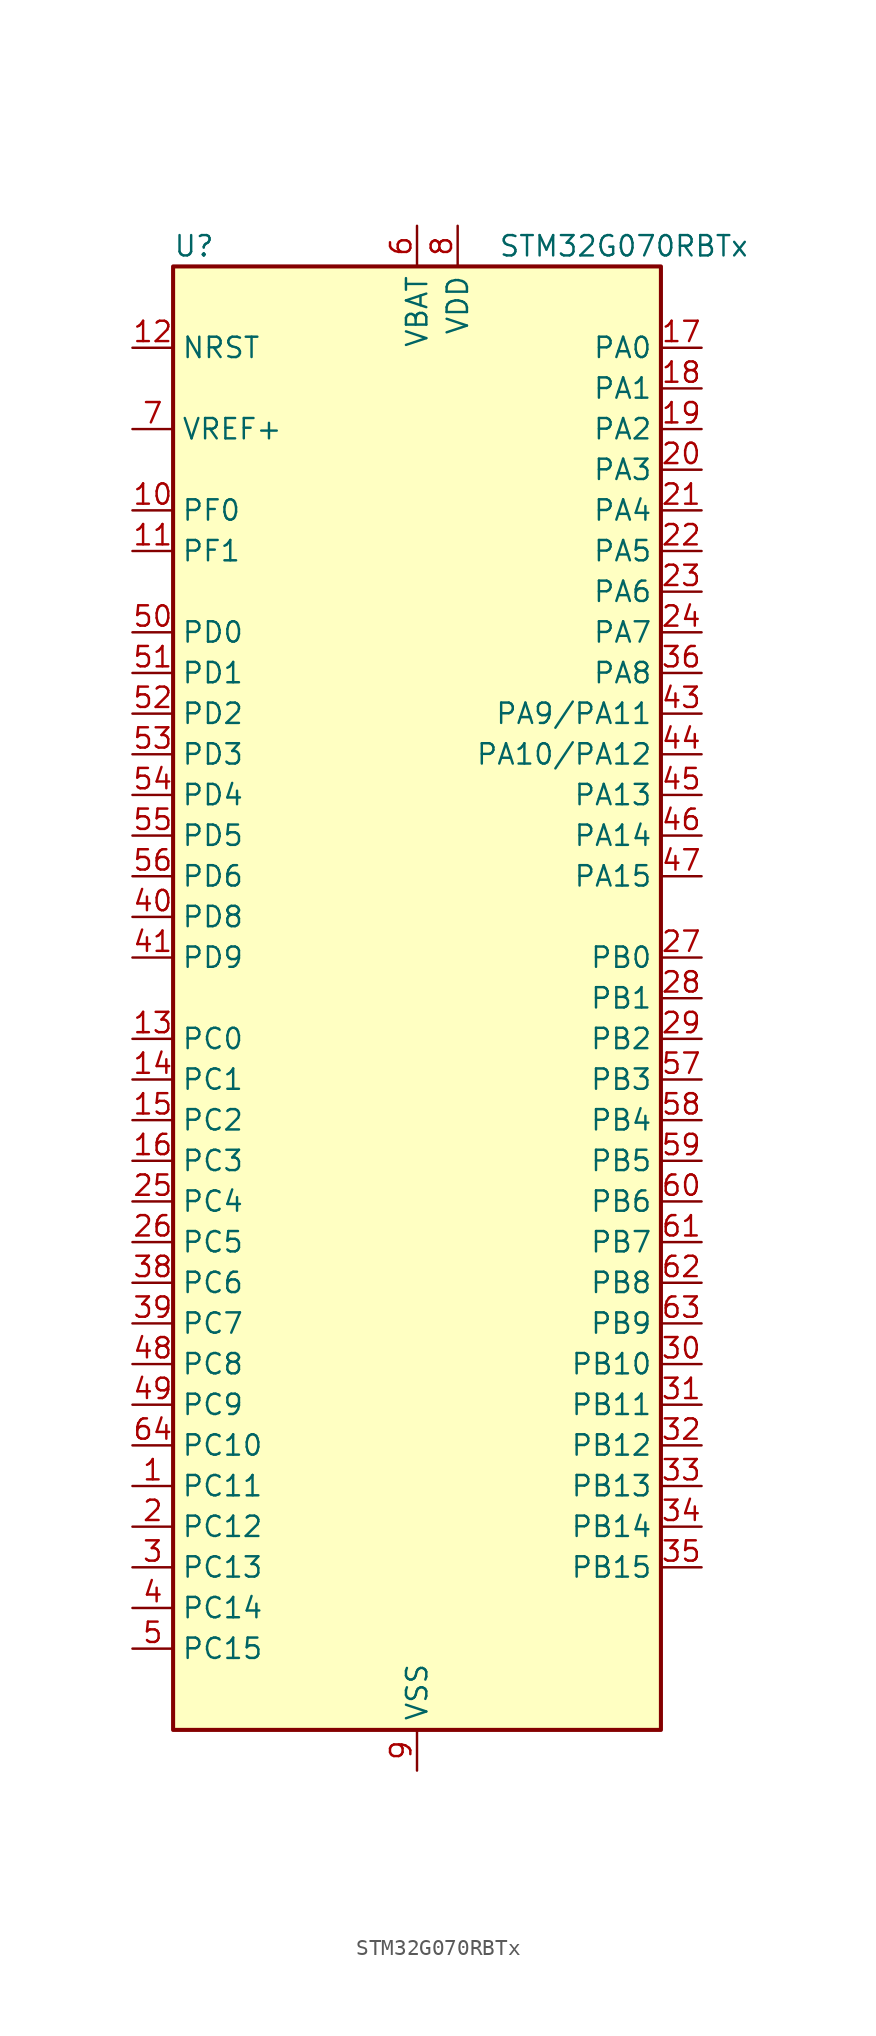
<source format=kicad_sym>
(kicad_symbol_lib
  (version 20231120)
  (generator "kicad-library-utils")
  (generator_version "8.0")
  (symbol "STM32G070RBTx"
    (property "Reference" "U"
      (at -15.24 46.99 0)
      (effects (font (size 1.27 1.27)) (justify left)))
    (property "Value" "STM32G070RBTx"
      (at 5.08 46.99 0)
      (effects (font (size 1.27 1.27)) (justify left)))
    (symbol "STM32G070RBTx_0_1"
      (rectangle (start -15.24 -45.72) (end 15.24 45.72) (stroke (width 0.254) (type default)) (fill (type background))))
    (symbol "STM32G070RBTx_1_1"
      (pin bidirectional line (at -17.78 -30.48 0) (length 2.54) (name "PC11" (effects (font (size 1.27 1.27)))) (number "1" (effects (font (size 1.27 1.27)))) (alternate "ADC1_EXTI11" bidirectional line) (alternate "TIM1_CH4" bidirectional line) (alternate "USART3_RX" bidirectional line) (alternate "USART4_RX" bidirectional line))
      (pin bidirectional line (at -17.78 30.48 0) (length 2.54) (name "PF0" (effects (font (size 1.27 1.27)))) (number "10" (effects (font (size 1.27 1.27)))) (alternate "RCC_OSC_IN" bidirectional line) (alternate "TIM14_CH1" bidirectional line))
      (pin bidirectional line (at -17.78 27.94 0) (length 2.54) (name "PF1" (effects (font (size 1.27 1.27)))) (number "11" (effects (font (size 1.27 1.27)))) (alternate "RCC_OSC_EN" bidirectional line) (alternate "RCC_OSC_OUT" bidirectional line) (alternate "TIM15_CH1N" bidirectional line))
      (pin input line (at -17.78 40.64 0) (length 2.54) (name "NRST" (effects (font (size 1.27 1.27)))) (number "12" (effects (font (size 1.27 1.27)))))
      (pin bidirectional line (at -17.78 -2.54 0) (length 2.54) (name "PC0" (effects (font (size 1.27 1.27)))) (number "13" (effects (font (size 1.27 1.27)))))
      (pin bidirectional line (at -17.78 -5.08 0) (length 2.54) (name "PC1" (effects (font (size 1.27 1.27)))) (number "14" (effects (font (size 1.27 1.27)))) (alternate "TIM15_CH1" bidirectional line))
      (pin bidirectional line (at -17.78 -7.62 0) (length 2.54) (name "PC2" (effects (font (size 1.27 1.27)))) (number "15" (effects (font (size 1.27 1.27)))) (alternate "SPI2_MISO" bidirectional line) (alternate "TIM15_CH2" bidirectional line))
      (pin bidirectional line (at -17.78 -10.16 0) (length 2.54) (name "PC3" (effects (font (size 1.27 1.27)))) (number "16" (effects (font (size 1.27 1.27)))) (alternate "SPI2_MOSI" bidirectional line))
      (pin bidirectional line (at 17.78 40.64 180) (length 2.54) (name "PA0" (effects (font (size 1.27 1.27)))) (number "17" (effects (font (size 1.27 1.27)))) (alternate "ADC1_IN0" bidirectional line) (alternate "RTC_TAMP_IN2" bidirectional line) (alternate "SPI2_SCK" bidirectional line) (alternate "SYS_WKUP1" bidirectional line) (alternate "USART2_CTS" bidirectional line) (alternate "USART2_NSS" bidirectional line) (alternate "USART4_TX" bidirectional line))
      (pin bidirectional line (at 17.78 38.1 180) (length 2.54) (name "PA1" (effects (font (size 1.27 1.27)))) (number "18" (effects (font (size 1.27 1.27)))) (alternate "ADC1_IN1" bidirectional line) (alternate "I2C1_SMBA" bidirectional line) (alternate "I2S1_CK" bidirectional line) (alternate "SPI1_SCK" bidirectional line) (alternate "TIM15_CH1N" bidirectional line) (alternate "USART2_CK" bidirectional line) (alternate "USART2_DE" bidirectional line) (alternate "USART2_RTS" bidirectional line) (alternate "USART4_RX" bidirectional line))
      (pin bidirectional line (at 17.78 35.56 180) (length 2.54) (name "PA2" (effects (font (size 1.27 1.27)))) (number "19" (effects (font (size 1.27 1.27)))) (alternate "ADC1_IN2" bidirectional line) (alternate "I2S1_SD" bidirectional line) (alternate "RCC_LSCO" bidirectional line) (alternate "SPI1_MOSI" bidirectional line) (alternate "SYS_WKUP4" bidirectional line) (alternate "TIM15_CH1" bidirectional line) (alternate "USART2_TX" bidirectional line))
      (pin bidirectional line (at -17.78 -33.02 0) (length 2.54) (name "PC12" (effects (font (size 1.27 1.27)))) (number "2" (effects (font (size 1.27 1.27)))) (alternate "TIM14_CH1" bidirectional line))
      (pin bidirectional line (at 17.78 33.02 180) (length 2.54) (name "PA3" (effects (font (size 1.27 1.27)))) (number "20" (effects (font (size 1.27 1.27)))) (alternate "ADC1_IN3" bidirectional line) (alternate "SPI2_MISO" bidirectional line) (alternate "TIM15_CH2" bidirectional line) (alternate "USART2_RX" bidirectional line))
      (pin bidirectional line (at 17.78 30.48 180) (length 2.54) (name "PA4" (effects (font (size 1.27 1.27)))) (number "21" (effects (font (size 1.27 1.27)))) (alternate "ADC1_IN4" bidirectional line) (alternate "I2S1_WS" bidirectional line) (alternate "RTC_OUT_ALARM" bidirectional line) (alternate "RTC_OUT_CALIB" bidirectional line) (alternate "SPI1_NSS" bidirectional line) (alternate "SPI2_MOSI" bidirectional line) (alternate "TIM14_CH1" bidirectional line))
      (pin bidirectional line (at 17.78 27.94 180) (length 2.54) (name "PA5" (effects (font (size 1.27 1.27)))) (number "22" (effects (font (size 1.27 1.27)))) (alternate "ADC1_IN5" bidirectional line) (alternate "I2S1_CK" bidirectional line) (alternate "SPI1_SCK" bidirectional line) (alternate "USART3_TX" bidirectional line))
      (pin bidirectional line (at 17.78 25.4 180) (length 2.54) (name "PA6" (effects (font (size 1.27 1.27)))) (number "23" (effects (font (size 1.27 1.27)))) (alternate "ADC1_IN6" bidirectional line) (alternate "I2S1_MCK" bidirectional line) (alternate "SPI1_MISO" bidirectional line) (alternate "TIM16_CH1" bidirectional line) (alternate "TIM1_BK" bidirectional line) (alternate "TIM3_CH1" bidirectional line) (alternate "USART3_CTS" bidirectional line) (alternate "USART3_NSS" bidirectional line))
      (pin bidirectional line (at 17.78 22.86 180) (length 2.54) (name "PA7" (effects (font (size 1.27 1.27)))) (number "24" (effects (font (size 1.27 1.27)))) (alternate "ADC1_IN7" bidirectional line) (alternate "I2S1_SD" bidirectional line) (alternate "SPI1_MOSI" bidirectional line) (alternate "TIM14_CH1" bidirectional line) (alternate "TIM17_CH1" bidirectional line) (alternate "TIM1_CH1N" bidirectional line) (alternate "TIM3_CH2" bidirectional line))
      (pin bidirectional line (at -17.78 -12.7 0) (length 2.54) (name "PC4" (effects (font (size 1.27 1.27)))) (number "25" (effects (font (size 1.27 1.27)))) (alternate "ADC1_IN17" bidirectional line) (alternate "USART1_TX" bidirectional line) (alternate "USART3_TX" bidirectional line))
      (pin bidirectional line (at -17.78 -15.24 0) (length 2.54) (name "PC5" (effects (font (size 1.27 1.27)))) (number "26" (effects (font (size 1.27 1.27)))) (alternate "ADC1_IN18" bidirectional line) (alternate "SYS_WKUP5" bidirectional line) (alternate "USART1_RX" bidirectional line) (alternate "USART3_RX" bidirectional line))
      (pin bidirectional line (at 17.78 2.54 180) (length 2.54) (name "PB0" (effects (font (size 1.27 1.27)))) (number "27" (effects (font (size 1.27 1.27)))) (alternate "ADC1_IN8" bidirectional line) (alternate "I2S1_WS" bidirectional line) (alternate "SPI1_NSS" bidirectional line) (alternate "TIM1_CH2N" bidirectional line) (alternate "TIM3_CH3" bidirectional line) (alternate "USART3_RX" bidirectional line))
      (pin bidirectional line (at 17.78 0 180) (length 2.54) (name "PB1" (effects (font (size 1.27 1.27)))) (number "28" (effects (font (size 1.27 1.27)))) (alternate "ADC1_IN9" bidirectional line) (alternate "TIM14_CH1" bidirectional line) (alternate "TIM1_CH3N" bidirectional line) (alternate "TIM3_CH4" bidirectional line) (alternate "USART3_CK" bidirectional line) (alternate "USART3_DE" bidirectional line) (alternate "USART3_RTS" bidirectional line))
      (pin bidirectional line (at 17.78 -2.54 180) (length 2.54) (name "PB2" (effects (font (size 1.27 1.27)))) (number "29" (effects (font (size 1.27 1.27)))) (alternate "ADC1_IN10" bidirectional line) (alternate "SPI2_MISO" bidirectional line) (alternate "USART3_TX" bidirectional line))
      (pin bidirectional line (at -17.78 -35.56 0) (length 2.54) (name "PC13" (effects (font (size 1.27 1.27)))) (number "3" (effects (font (size 1.27 1.27)))) (alternate "RTC_OUT_ALARM" bidirectional line) (alternate "RTC_OUT_CALIB" bidirectional line) (alternate "RTC_TAMP_IN1" bidirectional line) (alternate "RTC_TS" bidirectional line) (alternate "SYS_WKUP2" bidirectional line) (alternate "TIM1_BK" bidirectional line))
      (pin bidirectional line (at 17.78 -22.86 180) (length 2.54) (name "PB10" (effects (font (size 1.27 1.27)))) (number "30" (effects (font (size 1.27 1.27)))) (alternate "ADC1_IN11" bidirectional line) (alternate "I2C2_SCL" bidirectional line) (alternate "SPI2_SCK" bidirectional line) (alternate "USART3_TX" bidirectional line))
      (pin bidirectional line (at 17.78 -25.4 180) (length 2.54) (name "PB11" (effects (font (size 1.27 1.27)))) (number "31" (effects (font (size 1.27 1.27)))) (alternate "ADC1_EXTI11" bidirectional line) (alternate "ADC1_IN15" bidirectional line) (alternate "I2C2_SDA" bidirectional line) (alternate "SPI2_MOSI" bidirectional line) (alternate "USART3_RX" bidirectional line))
      (pin bidirectional line (at 17.78 -27.94 180) (length 2.54) (name "PB12" (effects (font (size 1.27 1.27)))) (number "32" (effects (font (size 1.27 1.27)))) (alternate "ADC1_IN16" bidirectional line) (alternate "SPI2_NSS" bidirectional line) (alternate "TIM15_BK" bidirectional line) (alternate "TIM1_BK" bidirectional line))
      (pin bidirectional line (at 17.78 -30.48 180) (length 2.54) (name "PB13" (effects (font (size 1.27 1.27)))) (number "33" (effects (font (size 1.27 1.27)))) (alternate "I2C2_SCL" bidirectional line) (alternate "SPI2_SCK" bidirectional line) (alternate "TIM15_CH1N" bidirectional line) (alternate "TIM1_CH1N" bidirectional line) (alternate "USART3_CTS" bidirectional line) (alternate "USART3_NSS" bidirectional line))
      (pin bidirectional line (at 17.78 -33.02 180) (length 2.54) (name "PB14" (effects (font (size 1.27 1.27)))) (number "34" (effects (font (size 1.27 1.27)))) (alternate "I2C2_SDA" bidirectional line) (alternate "SPI2_MISO" bidirectional line) (alternate "TIM15_CH1" bidirectional line) (alternate "TIM1_CH2N" bidirectional line) (alternate "USART3_CK" bidirectional line) (alternate "USART3_DE" bidirectional line) (alternate "USART3_RTS" bidirectional line))
      (pin bidirectional line (at 17.78 -35.56 180) (length 2.54) (name "PB15" (effects (font (size 1.27 1.27)))) (number "35" (effects (font (size 1.27 1.27)))) (alternate "RTC_REFIN" bidirectional line) (alternate "SPI2_MOSI" bidirectional line) (alternate "TIM15_CH1N" bidirectional line) (alternate "TIM15_CH2" bidirectional line) (alternate "TIM1_CH3N" bidirectional line))
      (pin bidirectional line (at 17.78 20.32 180) (length 2.54) (name "PA8" (effects (font (size 1.27 1.27)))) (number "36" (effects (font (size 1.27 1.27)))) (alternate "RCC_MCO" bidirectional line) (alternate "SPI2_NSS" bidirectional line) (alternate "TIM1_CH1" bidirectional line))
      (pin no_connect line (at -15.24 -45.72 0) (length 2.54) hide (name "NC/PA9" (effects (font (size 1.27 1.27)))) (number "37" (effects (font (size 1.27 1.27)))) (alternate "NC" bidirectional line) (alternate "PA9" bidirectional line) (alternate "I2C1_SCL (PA9)" bidirectional line) (alternate "RCC_MCO (PA9)" bidirectional line) (alternate "SPI2_MISO (PA9)" bidirectional line) (alternate "TIM15_BK (PA9)" bidirectional line) (alternate "TIM1_CH2 (PA9)" bidirectional line) (alternate "USART1_TX (PA9)" bidirectional line))
      (pin bidirectional line (at -17.78 -17.78 0) (length 2.54) (name "PC6" (effects (font (size 1.27 1.27)))) (number "38" (effects (font (size 1.27 1.27)))) (alternate "TIM3_CH1" bidirectional line))
      (pin bidirectional line (at -17.78 -20.32 0) (length 2.54) (name "PC7" (effects (font (size 1.27 1.27)))) (number "39" (effects (font (size 1.27 1.27)))) (alternate "TIM3_CH2" bidirectional line))
      (pin bidirectional line (at -17.78 -38.1 0) (length 2.54) (name "PC14" (effects (font (size 1.27 1.27)))) (number "4" (effects (font (size 1.27 1.27)))) (alternate "RCC_OSC32_IN" bidirectional line) (alternate "TIM1_BK2" bidirectional line))
      (pin bidirectional line (at -17.78 5.08 0) (length 2.54) (name "PD8" (effects (font (size 1.27 1.27)))) (number "40" (effects (font (size 1.27 1.27)))) (alternate "I2S1_CK" bidirectional line) (alternate "SPI1_SCK" bidirectional line) (alternate "USART3_TX" bidirectional line))
      (pin bidirectional line (at -17.78 2.54 0) (length 2.54) (name "PD9" (effects (font (size 1.27 1.27)))) (number "41" (effects (font (size 1.27 1.27)))) (alternate "I2S1_WS" bidirectional line) (alternate "SPI1_NSS" bidirectional line) (alternate "TIM1_BK2" bidirectional line) (alternate "USART3_RX" bidirectional line))
      (pin no_connect line (at -15.24 -43.18 0) (length 2.54) hide (name "NC/PA10" (effects (font (size 1.27 1.27)))) (number "42" (effects (font (size 1.27 1.27)))) (alternate "NC" bidirectional line) (alternate "PA10" bidirectional line) (alternate "I2C1_SDA (PA10)" bidirectional line) (alternate "SPI2_MOSI (PA10)" bidirectional line) (alternate "TIM17_BK (PA10)" bidirectional line) (alternate "TIM1_CH3 (PA10)" bidirectional line) (alternate "USART1_RX (PA10)" bidirectional line))
      (pin bidirectional line (at 17.78 17.78 180) (length 2.54) (name "PA9/PA11" (effects (font (size 1.27 1.27)))) (number "43" (effects (font (size 1.27 1.27)))) (alternate "PA9" bidirectional line) (alternate "I2C1_SCL (PA9)" bidirectional line) (alternate "RCC_MCO (PA9)" bidirectional line) (alternate "SPI2_MISO (PA9)" bidirectional line) (alternate "TIM15_BK (PA9)" bidirectional line) (alternate "TIM1_CH2 (PA9)" bidirectional line) (alternate "USART1_TX (PA9)" bidirectional line) (alternate "PA11" bidirectional line) (alternate "ADC1_EXTI11 (PA11)" bidirectional line) (alternate "I2C2_SCL (PA11)" bidirectional line) (alternate "I2S1_MCK (PA11)" bidirectional line) (alternate "SPI1_MISO (PA11)" bidirectional line) (alternate "TIM1_BK2 (PA11)" bidirectional line) (alternate "TIM1_CH4 (PA11)" bidirectional line) (alternate "USART1_CTS (PA11)" bidirectional line) (alternate "USART1_NSS (PA11)" bidirectional line))
      (pin bidirectional line (at 17.78 15.24 180) (length 2.54) (name "PA10/PA12" (effects (font (size 1.27 1.27)))) (number "44" (effects (font (size 1.27 1.27)))) (alternate "PA10" bidirectional line) (alternate "I2C1_SDA (PA10)" bidirectional line) (alternate "SPI2_MOSI (PA10)" bidirectional line) (alternate "TIM17_BK (PA10)" bidirectional line) (alternate "TIM1_CH3 (PA10)" bidirectional line) (alternate "USART1_RX (PA10)" bidirectional line) (alternate "PA12" bidirectional line) (alternate "I2C2_SDA (PA12)" bidirectional line) (alternate "I2S1_SD (PA12)" bidirectional line) (alternate "I2S_CKIN (PA12)" bidirectional line) (alternate "SPI1_MOSI (PA12)" bidirectional line) (alternate "TIM1_ETR (PA12)" bidirectional line) (alternate "USART1_CK (PA12)" bidirectional line) (alternate "USART1_DE (PA12)" bidirectional line) (alternate "USART1_RTS (PA12)" bidirectional line))
      (pin bidirectional line (at 17.78 12.7 180) (length 2.54) (name "PA13" (effects (font (size 1.27 1.27)))) (number "45" (effects (font (size 1.27 1.27)))) (alternate "IR_OUT" bidirectional line) (alternate "SYS_SWDIO" bidirectional line))
      (pin bidirectional line (at 17.78 10.16 180) (length 2.54) (name "PA14" (effects (font (size 1.27 1.27)))) (number "46" (effects (font (size 1.27 1.27)))) (alternate "SYS_SWCLK" bidirectional line) (alternate "USART2_TX" bidirectional line))
      (pin bidirectional line (at 17.78 7.62 180) (length 2.54) (name "PA15" (effects (font (size 1.27 1.27)))) (number "47" (effects (font (size 1.27 1.27)))) (alternate "I2S1_WS" bidirectional line) (alternate "SPI1_NSS" bidirectional line) (alternate "USART2_RX" bidirectional line) (alternate "USART3_CK" bidirectional line) (alternate "USART3_DE" bidirectional line) (alternate "USART3_RTS" bidirectional line) (alternate "USART4_CK" bidirectional line) (alternate "USART4_DE" bidirectional line) (alternate "USART4_RTS" bidirectional line))
      (pin bidirectional line (at -17.78 -22.86 0) (length 2.54) (name "PC8" (effects (font (size 1.27 1.27)))) (number "48" (effects (font (size 1.27 1.27)))) (alternate "TIM1_CH1" bidirectional line) (alternate "TIM3_CH3" bidirectional line))
      (pin bidirectional line (at -17.78 -25.4 0) (length 2.54) (name "PC9" (effects (font (size 1.27 1.27)))) (number "49" (effects (font (size 1.27 1.27)))) (alternate "I2S_CKIN" bidirectional line) (alternate "TIM1_CH2" bidirectional line) (alternate "TIM3_CH4" bidirectional line))
      (pin bidirectional line (at -17.78 -40.64 0) (length 2.54) (name "PC15" (effects (font (size 1.27 1.27)))) (number "5" (effects (font (size 1.27 1.27)))) (alternate "RCC_OSC32_EN" bidirectional line) (alternate "RCC_OSC32_OUT" bidirectional line) (alternate "RCC_OSC_EN" bidirectional line) (alternate "TIM15_BK" bidirectional line))
      (pin bidirectional line (at -17.78 22.86 0) (length 2.54) (name "PD0" (effects (font (size 1.27 1.27)))) (number "50" (effects (font (size 1.27 1.27)))) (alternate "SPI2_NSS" bidirectional line) (alternate "TIM16_CH1" bidirectional line))
      (pin bidirectional line (at -17.78 20.32 0) (length 2.54) (name "PD1" (effects (font (size 1.27 1.27)))) (number "51" (effects (font (size 1.27 1.27)))) (alternate "SPI2_SCK" bidirectional line) (alternate "TIM17_CH1" bidirectional line))
      (pin bidirectional line (at -17.78 17.78 0) (length 2.54) (name "PD2" (effects (font (size 1.27 1.27)))) (number "52" (effects (font (size 1.27 1.27)))) (alternate "TIM1_CH1N" bidirectional line) (alternate "TIM3_ETR" bidirectional line) (alternate "USART3_CK" bidirectional line) (alternate "USART3_DE" bidirectional line) (alternate "USART3_RTS" bidirectional line))
      (pin bidirectional line (at -17.78 15.24 0) (length 2.54) (name "PD3" (effects (font (size 1.27 1.27)))) (number "53" (effects (font (size 1.27 1.27)))) (alternate "SPI2_MISO" bidirectional line) (alternate "TIM1_CH2N" bidirectional line) (alternate "USART2_CTS" bidirectional line) (alternate "USART2_NSS" bidirectional line))
      (pin bidirectional line (at -17.78 12.7 0) (length 2.54) (name "PD4" (effects (font (size 1.27 1.27)))) (number "54" (effects (font (size 1.27 1.27)))) (alternate "SPI2_MOSI" bidirectional line) (alternate "TIM1_CH3N" bidirectional line) (alternate "USART2_CK" bidirectional line) (alternate "USART2_DE" bidirectional line) (alternate "USART2_RTS" bidirectional line))
      (pin bidirectional line (at -17.78 10.16 0) (length 2.54) (name "PD5" (effects (font (size 1.27 1.27)))) (number "55" (effects (font (size 1.27 1.27)))) (alternate "I2S1_MCK" bidirectional line) (alternate "SPI1_MISO" bidirectional line) (alternate "TIM1_BK" bidirectional line) (alternate "USART2_TX" bidirectional line))
      (pin bidirectional line (at -17.78 7.62 0) (length 2.54) (name "PD6" (effects (font (size 1.27 1.27)))) (number "56" (effects (font (size 1.27 1.27)))) (alternate "I2S1_SD" bidirectional line) (alternate "SPI1_MOSI" bidirectional line) (alternate "USART2_RX" bidirectional line))
      (pin bidirectional line (at 17.78 -5.08 180) (length 2.54) (name "PB3" (effects (font (size 1.27 1.27)))) (number "57" (effects (font (size 1.27 1.27)))) (alternate "I2S1_CK" bidirectional line) (alternate "SPI1_SCK" bidirectional line) (alternate "TIM1_CH2" bidirectional line) (alternate "USART1_CK" bidirectional line) (alternate "USART1_DE" bidirectional line) (alternate "USART1_RTS" bidirectional line))
      (pin bidirectional line (at 17.78 -7.62 180) (length 2.54) (name "PB4" (effects (font (size 1.27 1.27)))) (number "58" (effects (font (size 1.27 1.27)))) (alternate "I2S1_MCK" bidirectional line) (alternate "SPI1_MISO" bidirectional line) (alternate "TIM17_BK" bidirectional line) (alternate "TIM3_CH1" bidirectional line) (alternate "USART1_CTS" bidirectional line) (alternate "USART1_NSS" bidirectional line))
      (pin bidirectional line (at 17.78 -10.16 180) (length 2.54) (name "PB5" (effects (font (size 1.27 1.27)))) (number "59" (effects (font (size 1.27 1.27)))) (alternate "I2C1_SMBA" bidirectional line) (alternate "I2S1_SD" bidirectional line) (alternate "SPI1_MOSI" bidirectional line) (alternate "SYS_WKUP6" bidirectional line) (alternate "TIM16_BK" bidirectional line) (alternate "TIM3_CH2" bidirectional line))
      (pin power_in line (at 0 48.26 270) (length 2.54) (name "VBAT" (effects (font (size 1.27 1.27)))) (number "6" (effects (font (size 1.27 1.27)))))
      (pin bidirectional line (at 17.78 -12.7 180) (length 2.54) (name "PB6" (effects (font (size 1.27 1.27)))) (number "60" (effects (font (size 1.27 1.27)))) (alternate "I2C1_SCL" bidirectional line) (alternate "SPI2_MISO" bidirectional line) (alternate "TIM16_CH1N" bidirectional line) (alternate "TIM1_CH3" bidirectional line) (alternate "USART1_TX" bidirectional line))
      (pin bidirectional line (at 17.78 -15.24 180) (length 2.54) (name "PB7" (effects (font (size 1.27 1.27)))) (number "61" (effects (font (size 1.27 1.27)))) (alternate "I2C1_SDA" bidirectional line) (alternate "SPI2_MOSI" bidirectional line) (alternate "TIM17_CH1N" bidirectional line) (alternate "USART1_RX" bidirectional line) (alternate "USART4_CTS" bidirectional line) (alternate "USART4_NSS" bidirectional line))
      (pin bidirectional line (at 17.78 -17.78 180) (length 2.54) (name "PB8" (effects (font (size 1.27 1.27)))) (number "62" (effects (font (size 1.27 1.27)))) (alternate "I2C1_SCL" bidirectional line) (alternate "SPI2_SCK" bidirectional line) (alternate "TIM15_BK" bidirectional line) (alternate "TIM16_CH1" bidirectional line) (alternate "USART3_TX" bidirectional line))
      (pin bidirectional line (at 17.78 -20.32 180) (length 2.54) (name "PB9" (effects (font (size 1.27 1.27)))) (number "63" (effects (font (size 1.27 1.27)))) (alternate "I2C1_SDA" bidirectional line) (alternate "IR_OUT" bidirectional line) (alternate "SPI2_NSS" bidirectional line) (alternate "TIM17_CH1" bidirectional line) (alternate "USART3_RX" bidirectional line))
      (pin bidirectional line (at -17.78 -27.94 0) (length 2.54) (name "PC10" (effects (font (size 1.27 1.27)))) (number "64" (effects (font (size 1.27 1.27)))) (alternate "TIM1_CH3" bidirectional line) (alternate "USART3_TX" bidirectional line) (alternate "USART4_TX" bidirectional line))
      (pin input line (at -17.78 35.56 0) (length 2.54) (name "VREF+" (effects (font (size 1.27 1.27)))) (number "7" (effects (font (size 1.27 1.27)))))
      (pin power_in line (at 2.54 48.26 270) (length 2.54) (name "VDD" (effects (font (size 1.27 1.27)))) (number "8" (effects (font (size 1.27 1.27)))))
      (pin power_in line (at 0 -48.26 90) (length 2.54) (name "VSS" (effects (font (size 1.27 1.27)))) (number "9" (effects (font (size 1.27 1.27))))))))
</source>
